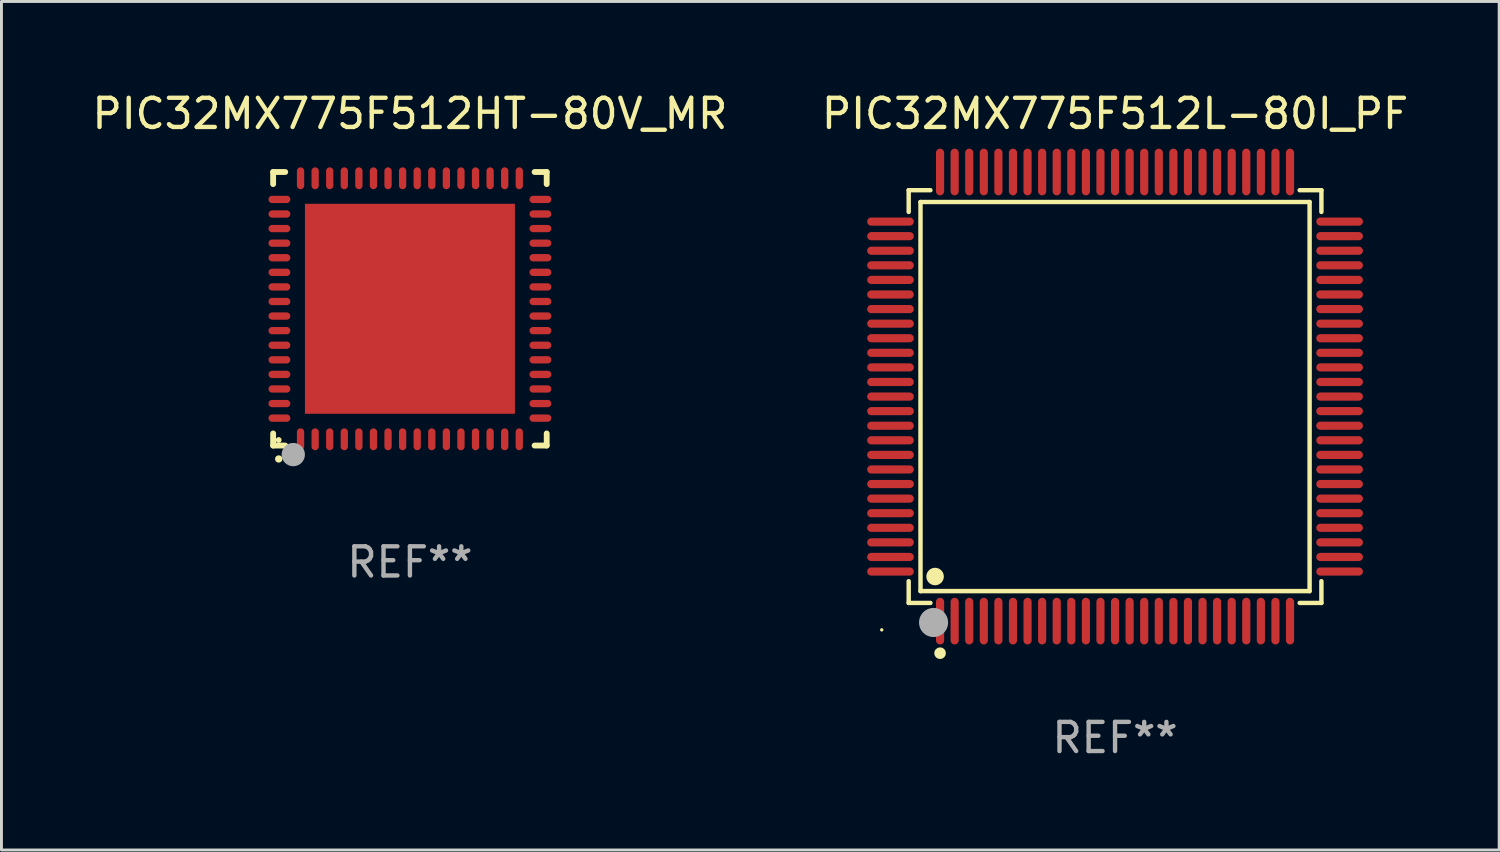
<source format=kicad_pcb>
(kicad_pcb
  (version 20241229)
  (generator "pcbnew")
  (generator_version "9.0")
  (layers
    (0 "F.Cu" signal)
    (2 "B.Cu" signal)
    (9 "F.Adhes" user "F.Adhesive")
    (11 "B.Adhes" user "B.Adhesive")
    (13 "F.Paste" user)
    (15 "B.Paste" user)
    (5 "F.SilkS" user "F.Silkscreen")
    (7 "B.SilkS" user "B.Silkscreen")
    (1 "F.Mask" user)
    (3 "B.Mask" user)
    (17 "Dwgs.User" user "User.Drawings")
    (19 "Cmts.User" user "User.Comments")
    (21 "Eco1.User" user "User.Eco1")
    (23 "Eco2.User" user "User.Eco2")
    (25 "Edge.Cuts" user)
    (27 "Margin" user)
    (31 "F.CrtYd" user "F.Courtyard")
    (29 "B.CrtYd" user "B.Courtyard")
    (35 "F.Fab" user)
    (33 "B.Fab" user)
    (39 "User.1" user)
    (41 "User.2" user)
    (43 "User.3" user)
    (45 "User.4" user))
  (footprint "PIC32MX775F512HT-80V_MR"
    (layer "F.Cu")
    (at 11.006 7.538)
    (property "Reference" "PIC32MX775F512HT-80V_MR" (at 0 -6.69 0) (layer "F.SilkS") (effects (font (size 1 1) (thickness 0.15))))
    (attr through_hole)
    (fp_line (start -4.69 -4.69) (end -4.275 -4.69) (stroke (width 0.2) (type solid)) (layer "F.SilkS"))
    (fp_line (start -4.69 -4.275) (end -4.69 -4.69) (stroke (width 0.2) (type solid)) (layer "F.SilkS"))
    (fp_line (start -4.69 4.69) (end -4.69 4.275) (stroke (width 0.2) (type solid)) (layer "F.SilkS"))
    (fp_line (start -4.275 4.69) (end -4.69 4.69) (stroke (width 0.2) (type solid)) (layer "F.SilkS"))
    (fp_line (start 4.275 4.69) (end 4.69 4.69) (stroke (width 0.2) (type solid)) (layer "F.SilkS"))
    (fp_line (start 4.69 -4.69) (end 4.275 -4.69) (stroke (width 0.2) (type solid)) (layer "F.SilkS"))
    (fp_line (start 4.69 -4.275) (end 4.69 -4.69) (stroke (width 0.2) (type solid)) (layer "F.SilkS"))
    (fp_line (start 4.69 4.69) (end 4.69 4.275) (stroke (width 0.2) (type solid)) (layer "F.SilkS"))
    (fp_arc (start -4.499886 5.15) (mid -4.498616 5.149994) (end -4.497346 5.15) (stroke (width 0.24892) (type solid)) (layer "F.SilkS"))
    (fp_circle (center -4.5 4.5) (end -4.45 4.5) (stroke (width 0.1) (type solid)) (fill no) (layer "F.SilkS"))
    (fp_circle (center -4 5) (end -3.8 5) (stroke (width 0.4) (type solid)) (fill no) (layer "F.Fab"))
    (fp_text user "REF**" (at 0 8.69 0) (layer "F.Fab") (effects (font (size 1 1) (thickness 0.15))))
    (pad "1" smd oval (at -3.75 4.475) (size 0.25 0.75) (layers "F.Cu" "F.Mask" "F.Paste"))
    (pad "2" smd oval (at -3.25 4.475) (size 0.25 0.75) (layers "F.Cu" "F.Mask" "F.Paste"))
    (pad "3" smd oval (at -2.75 4.475) (size 0.25 0.75) (layers "F.Cu" "F.Mask" "F.Paste"))
    (pad "4" smd oval (at -2.25 4.475) (size 0.25 0.75) (layers "F.Cu" "F.Mask" "F.Paste"))
    (pad "5" smd oval (at -1.75 4.475) (size 0.25 0.75) (layers "F.Cu" "F.Mask" "F.Paste"))
    (pad "6" smd oval (at -1.25 4.475) (size 0.25 0.75) (layers "F.Cu" "F.Mask" "F.Paste"))
    (pad "7" smd oval (at -0.75 4.475) (size 0.25 0.75) (layers "F.Cu" "F.Mask" "F.Paste"))
    (pad "8" smd oval (at -0.25 4.475) (size 0.25 0.75) (layers "F.Cu" "F.Mask" "F.Paste"))
    (pad "9" smd oval (at 0.25 4.475) (size 0.25 0.75) (layers "F.Cu" "F.Mask" "F.Paste"))
    (pad "10" smd oval (at 0.75 4.475) (size 0.25 0.75) (layers "F.Cu" "F.Mask" "F.Paste"))
    (pad "11" smd oval (at 1.25 4.475) (size 0.25 0.75) (layers "F.Cu" "F.Mask" "F.Paste"))
    (pad "12" smd oval (at 1.75 4.475) (size 0.25 0.75) (layers "F.Cu" "F.Mask" "F.Paste"))
    (pad "13" smd oval (at 2.25 4.475) (size 0.25 0.75) (layers "F.Cu" "F.Mask" "F.Paste"))
    (pad "14" smd oval (at 2.75 4.475) (size 0.25 0.75) (layers "F.Cu" "F.Mask" "F.Paste"))
    (pad "15" smd oval (at 3.25 4.475) (size 0.25 0.75) (layers "F.Cu" "F.Mask" "F.Paste"))
    (pad "16" smd oval (at 3.75 4.475) (size 0.25 0.75) (layers "F.Cu" "F.Mask" "F.Paste"))
    (pad "17" smd oval (at 4.475 3.75) (size 0.75 0.25) (layers "F.Cu" "F.Mask" "F.Paste"))
    (pad "18" smd oval (at 4.475 3.25) (size 0.75 0.25) (layers "F.Cu" "F.Mask" "F.Paste"))
    (pad "19" smd oval (at 4.475 2.75) (size 0.75 0.25) (layers "F.Cu" "F.Mask" "F.Paste"))
    (pad "20" smd oval (at 4.475 2.25) (size 0.75 0.25) (layers "F.Cu" "F.Mask" "F.Paste"))
    (pad "21" smd oval (at 4.475 1.75) (size 0.75 0.25) (layers "F.Cu" "F.Mask" "F.Paste"))
    (pad "22" smd oval (at 4.475 1.25) (size 0.75 0.25) (layers "F.Cu" "F.Mask" "F.Paste"))
    (pad "23" smd oval (at 4.475 0.75) (size 0.75 0.25) (layers "F.Cu" "F.Mask" "F.Paste"))
    (pad "24" smd oval (at 4.475 0.25) (size 0.75 0.25) (layers "F.Cu" "F.Mask" "F.Paste"))
    (pad "25" smd oval (at 4.475 -0.25) (size 0.75 0.25) (layers "F.Cu" "F.Mask" "F.Paste"))
    (pad "26" smd oval (at 4.475 -0.75) (size 0.75 0.25) (layers "F.Cu" "F.Mask" "F.Paste"))
    (pad "27" smd oval (at 4.475 -1.25) (size 0.75 0.25) (layers "F.Cu" "F.Mask" "F.Paste"))
    (pad "28" smd oval (at 4.475 -1.75) (size 0.75 0.25) (layers "F.Cu" "F.Mask" "F.Paste"))
    (pad "29" smd oval (at 4.475 -2.25) (size 0.75 0.25) (layers "F.Cu" "F.Mask" "F.Paste"))
    (pad "30" smd oval (at 4.475 -2.75) (size 0.75 0.25) (layers "F.Cu" "F.Mask" "F.Paste"))
    (pad "31" smd oval (at 4.475 -3.25) (size 0.75 0.25) (layers "F.Cu" "F.Mask" "F.Paste"))
    (pad "32" smd oval (at 4.475 -3.75) (size 0.75 0.25) (layers "F.Cu" "F.Mask" "F.Paste"))
    (pad "33" smd oval (at 3.75 -4.475) (size 0.25 0.75) (layers "F.Cu" "F.Mask" "F.Paste"))
    (pad "34" smd oval (at 3.25 -4.475) (size 0.25 0.75) (layers "F.Cu" "F.Mask" "F.Paste"))
    (pad "35" smd oval (at 2.75 -4.475) (size 0.25 0.75) (layers "F.Cu" "F.Mask" "F.Paste"))
    (pad "36" smd oval (at 2.25 -4.475) (size 0.25 0.75) (layers "F.Cu" "F.Mask" "F.Paste"))
    (pad "37" smd oval (at 1.75 -4.475) (size 0.25 0.75) (layers "F.Cu" "F.Mask" "F.Paste"))
    (pad "38" smd oval (at 1.25 -4.475) (size 0.25 0.75) (layers "F.Cu" "F.Mask" "F.Paste"))
    (pad "39" smd oval (at 0.75 -4.475) (size 0.25 0.75) (layers "F.Cu" "F.Mask" "F.Paste"))
    (pad "40" smd oval (at 0.25 -4.475) (size 0.25 0.75) (layers "F.Cu" "F.Mask" "F.Paste"))
    (pad "41" smd oval (at -0.25 -4.475) (size 0.25 0.75) (layers "F.Cu" "F.Mask" "F.Paste"))
    (pad "42" smd oval (at -0.75 -4.475) (size 0.25 0.75) (layers "F.Cu" "F.Mask" "F.Paste"))
    (pad "43" smd oval (at -1.25 -4.475) (size 0.25 0.75) (layers "F.Cu" "F.Mask" "F.Paste"))
    (pad "44" smd oval (at -1.75 -4.475) (size 0.25 0.75) (layers "F.Cu" "F.Mask" "F.Paste"))
    (pad "45" smd oval (at -2.25 -4.475) (size 0.25 0.75) (layers "F.Cu" "F.Mask" "F.Paste"))
    (pad "46" smd oval (at -2.75 -4.475) (size 0.25 0.75) (layers "F.Cu" "F.Mask" "F.Paste"))
    (pad "47" smd oval (at -3.25 -4.475) (size 0.25 0.75) (layers "F.Cu" "F.Mask" "F.Paste"))
    (pad "48" smd oval (at -3.75 -4.475) (size 0.25 0.75) (layers "F.Cu" "F.Mask" "F.Paste"))
    (pad "49" smd oval (at -4.475 -3.75) (size 0.75 0.25) (layers "F.Cu" "F.Mask" "F.Paste"))
    (pad "50" smd oval (at -4.475 -3.25) (size 0.75 0.25) (layers "F.Cu" "F.Mask" "F.Paste"))
    (pad "51" smd oval (at -4.475 -2.75) (size 0.75 0.25) (layers "F.Cu" "F.Mask" "F.Paste"))
    (pad "52" smd oval (at -4.475 -2.25) (size 0.75 0.25) (layers "F.Cu" "F.Mask" "F.Paste"))
    (pad "53" smd oval (at -4.475 -1.75) (size 0.75 0.25) (layers "F.Cu" "F.Mask" "F.Paste"))
    (pad "54" smd oval (at -4.475 -1.25) (size 0.75 0.25) (layers "F.Cu" "F.Mask" "F.Paste"))
    (pad "55" smd oval (at -4.475 -0.75) (size 0.75 0.25) (layers "F.Cu" "F.Mask" "F.Paste"))
    (pad "56" smd oval (at -4.475 -0.25) (size 0.75 0.25) (layers "F.Cu" "F.Mask" "F.Paste"))
    (pad "57" smd oval (at -4.475 0.25) (size 0.75 0.25) (layers "F.Cu" "F.Mask" "F.Paste"))
    (pad "58" smd oval (at -4.475 0.75) (size 0.75 0.25) (layers "F.Cu" "F.Mask" "F.Paste"))
    (pad "59" smd oval (at -4.475 1.25) (size 0.75 0.25) (layers "F.Cu" "F.Mask" "F.Paste"))
    (pad "60" smd oval (at -4.475 1.75) (size 0.75 0.25) (layers "F.Cu" "F.Mask" "F.Paste"))
    (pad "61" smd oval (at -4.475 2.25) (size 0.75 0.25) (layers "F.Cu" "F.Mask" "F.Paste"))
    (pad "62" smd oval (at -4.475 2.75) (size 0.75 0.25) (layers "F.Cu" "F.Mask" "F.Paste"))
    (pad "63" smd oval (at -4.475 3.25) (size 0.75 0.25) (layers "F.Cu" "F.Mask" "F.Paste"))
    (pad "64" smd oval (at -4.475 3.75) (size 0.75 0.25) (layers "F.Cu" "F.Mask" "F.Paste"))
    (pad "65" smd rect (at 0.000368 0.000013) (size 7.2 7.2) (layers "F.Cu" "F.Mask" "F.Paste")))
  (footprint "PIC32MX775F512L-80I_PF"
    (layer "F.Cu")
    (at 35.185 10.548)
    (property "Reference" "PIC32MX775F512L-80I_PF" (at 0 -9.7 0) (layer "F.SilkS") (effects (font (size 1 1) (thickness 0.15))))
    (attr through_hole)
    (fp_line (start -7.076 -7.076) (end -6.331 -7.076) (stroke (width 0.152) (type solid)) (layer "F.SilkS"))
    (fp_line (start -7.076 -6.331) (end -7.076 -7.076) (stroke (width 0.152) (type solid)) (layer "F.SilkS"))
    (fp_line (start -7.076 6.331) (end -7.076 7.076) (stroke (width 0.152) (type solid)) (layer "F.SilkS"))
    (fp_line (start -7.076 7.076) (end -6.331 7.076) (stroke (width 0.152) (type solid)) (layer "F.SilkS"))
    (fp_line (start -6.671 -6.671) (end 6.671 -6.671) (stroke (width 0.152) (type solid)) (layer "F.SilkS"))
    (fp_line (start -6.671 6.671) (end -6.671 -6.671) (stroke (width 0.152) (type solid)) (layer "F.SilkS"))
    (fp_line (start 6.671 -6.671) (end 6.671 6.671) (stroke (width 0.152) (type solid)) (layer "F.SilkS"))
    (fp_line (start 6.671 6.671) (end -6.671 6.671) (stroke (width 0.152) (type solid)) (layer "F.SilkS"))
    (fp_line (start 7.076 -7.076) (end 6.331 -7.076) (stroke (width 0.152) (type solid)) (layer "F.SilkS"))
    (fp_line (start 7.076 -6.331) (end 7.076 -7.076) (stroke (width 0.152) (type solid)) (layer "F.SilkS"))
    (fp_line (start 7.076 6.331) (end 7.076 7.076) (stroke (width 0.152) (type solid)) (layer "F.SilkS"))
    (fp_line (start 7.076 7.076) (end 6.331 7.076) (stroke (width 0.152) (type solid)) (layer "F.SilkS"))
    (fp_circle (center -8 8) (end -7.97 8) (stroke (width 0.06) (type solid)) (fill no) (layer "F.SilkS"))
    (fp_circle (center -6.171 6.171) (end -6.021 6.171) (stroke (width 0.3) (type solid)) (fill no) (layer "F.SilkS"))
    (fp_circle (center -6 8.8) (end -5.9 8.8) (stroke (width 0.2) (type solid)) (fill no) (layer "F.SilkS"))
    (fp_circle (center -6.223 7.747) (end -5.973 7.747) (stroke (width 0.5) (type solid)) (fill no) (layer "F.Fab"))
    (fp_text user "REF**" (at 0 11.7 0) (layer "F.Fab") (effects (font (size 1 1) (thickness 0.15))))
    (pad "1" smd oval (at -6 7.7) (size 0.28 1.6) (layers "F.Cu" "F.Mask" "F.Paste"))
    (pad "2" smd oval (at -5.5 7.7) (size 0.28 1.6) (layers "F.Cu" "F.Mask" "F.Paste"))
    (pad "3" smd oval (at -5 7.7) (size 0.28 1.6) (layers "F.Cu" "F.Mask" "F.Paste"))
    (pad "4" smd oval (at -4.5 7.7) (size 0.28 1.6) (layers "F.Cu" "F.Mask" "F.Paste"))
    (pad "5" smd oval (at -4 7.7) (size 0.28 1.6) (layers "F.Cu" "F.Mask" "F.Paste"))
    (pad "6" smd oval (at -3.5 7.7) (size 0.28 1.6) (layers "F.Cu" "F.Mask" "F.Paste"))
    (pad "7" smd oval (at -3 7.7) (size 0.28 1.6) (layers "F.Cu" "F.Mask" "F.Paste"))
    (pad "8" smd oval (at -2.5 7.7) (size 0.28 1.6) (layers "F.Cu" "F.Mask" "F.Paste"))
    (pad "9" smd oval (at -2 7.7) (size 0.28 1.6) (layers "F.Cu" "F.Mask" "F.Paste"))
    (pad "10" smd oval (at -1.5 7.7) (size 0.28 1.6) (layers "F.Cu" "F.Mask" "F.Paste"))
    (pad "11" smd oval (at -1 7.7) (size 0.28 1.6) (layers "F.Cu" "F.Mask" "F.Paste"))
    (pad "12" smd oval (at -0.5 7.7) (size 0.28 1.6) (layers "F.Cu" "F.Mask" "F.Paste"))
    (pad "13" smd oval (at 0 7.7) (size 0.28 1.6) (layers "F.Cu" "F.Mask" "F.Paste"))
    (pad "14" smd oval (at 0.5 7.7) (size 0.28 1.6) (layers "F.Cu" "F.Mask" "F.Paste"))
    (pad "15" smd oval (at 1 7.7) (size 0.28 1.6) (layers "F.Cu" "F.Mask" "F.Paste"))
    (pad "16" smd oval (at 1.5 7.7) (size 0.28 1.6) (layers "F.Cu" "F.Mask" "F.Paste"))
    (pad "17" smd oval (at 2 7.7) (size 0.28 1.6) (layers "F.Cu" "F.Mask" "F.Paste"))
    (pad "18" smd oval (at 2.5 7.7) (size 0.28 1.6) (layers "F.Cu" "F.Mask" "F.Paste"))
    (pad "19" smd oval (at 3 7.7) (size 0.28 1.6) (layers "F.Cu" "F.Mask" "F.Paste"))
    (pad "20" smd oval (at 3.5 7.7) (size 0.28 1.6) (layers "F.Cu" "F.Mask" "F.Paste"))
    (pad "21" smd oval (at 4 7.7) (size 0.28 1.6) (layers "F.Cu" "F.Mask" "F.Paste"))
    (pad "22" smd oval (at 4.5 7.7) (size 0.28 1.6) (layers "F.Cu" "F.Mask" "F.Paste"))
    (pad "23" smd oval (at 5 7.7) (size 0.28 1.6) (layers "F.Cu" "F.Mask" "F.Paste"))
    (pad "24" smd oval (at 5.5 7.7) (size 0.28 1.6) (layers "F.Cu" "F.Mask" "F.Paste"))
    (pad "25" smd oval (at 6 7.7) (size 0.28 1.6) (layers "F.Cu" "F.Mask" "F.Paste"))
    (pad "26" smd oval (at 7.7 6) (size 1.6 0.28) (layers "F.Cu" "F.Mask" "F.Paste"))
    (pad "27" smd oval (at 7.7 5.5) (size 1.6 0.28) (layers "F.Cu" "F.Mask" "F.Paste"))
    (pad "28" smd oval (at 7.7 5) (size 1.6 0.28) (layers "F.Cu" "F.Mask" "F.Paste"))
    (pad "29" smd oval (at 7.7 4.5) (size 1.6 0.28) (layers "F.Cu" "F.Mask" "F.Paste"))
    (pad "30" smd oval (at 7.7 4) (size 1.6 0.28) (layers "F.Cu" "F.Mask" "F.Paste"))
    (pad "31" smd oval (at 7.7 3.5) (size 1.6 0.28) (layers "F.Cu" "F.Mask" "F.Paste"))
    (pad "32" smd oval (at 7.7 3) (size 1.6 0.28) (layers "F.Cu" "F.Mask" "F.Paste"))
    (pad "33" smd oval (at 7.7 2.5) (size 1.6 0.28) (layers "F.Cu" "F.Mask" "F.Paste"))
    (pad "34" smd oval (at 7.7 2) (size 1.6 0.28) (layers "F.Cu" "F.Mask" "F.Paste"))
    (pad "35" smd oval (at 7.7 1.5) (size 1.6 0.28) (layers "F.Cu" "F.Mask" "F.Paste"))
    (pad "36" smd oval (at 7.7 1) (size 1.6 0.28) (layers "F.Cu" "F.Mask" "F.Paste"))
    (pad "37" smd oval (at 7.7 0.5) (size 1.6 0.28) (layers "F.Cu" "F.Mask" "F.Paste"))
    (pad "38" smd oval (at 7.7 0) (size 1.6 0.28) (layers "F.Cu" "F.Mask" "F.Paste"))
    (pad "39" smd oval (at 7.7 -0.5) (size 1.6 0.28) (layers "F.Cu" "F.Mask" "F.Paste"))
    (pad "40" smd oval (at 7.7 -1) (size 1.6 0.28) (layers "F.Cu" "F.Mask" "F.Paste"))
    (pad "41" smd oval (at 7.7 -1.5) (size 1.6 0.28) (layers "F.Cu" "F.Mask" "F.Paste"))
    (pad "42" smd oval (at 7.7 -2) (size 1.6 0.28) (layers "F.Cu" "F.Mask" "F.Paste"))
    (pad "43" smd oval (at 7.7 -2.5) (size 1.6 0.28) (layers "F.Cu" "F.Mask" "F.Paste"))
    (pad "44" smd oval (at 7.7 -3) (size 1.6 0.28) (layers "F.Cu" "F.Mask" "F.Paste"))
    (pad "45" smd oval (at 7.7 -3.5) (size 1.6 0.28) (layers "F.Cu" "F.Mask" "F.Paste"))
    (pad "46" smd oval (at 7.7 -4) (size 1.6 0.28) (layers "F.Cu" "F.Mask" "F.Paste"))
    (pad "47" smd oval (at 7.7 -4.5) (size 1.6 0.28) (layers "F.Cu" "F.Mask" "F.Paste"))
    (pad "48" smd oval (at 7.7 -5) (size 1.6 0.28) (layers "F.Cu" "F.Mask" "F.Paste"))
    (pad "49" smd oval (at 7.7 -5.5) (size 1.6 0.28) (layers "F.Cu" "F.Mask" "F.Paste"))
    (pad "50" smd oval (at 7.7 -6) (size 1.6 0.28) (layers "F.Cu" "F.Mask" "F.Paste"))
    (pad "51" smd oval (at 6 -7.7) (size 0.28 1.6) (layers "F.Cu" "F.Mask" "F.Paste"))
    (pad "52" smd oval (at 5.5 -7.7) (size 0.28 1.6) (layers "F.Cu" "F.Mask" "F.Paste"))
    (pad "53" smd oval (at 5 -7.7) (size 0.28 1.6) (layers "F.Cu" "F.Mask" "F.Paste"))
    (pad "54" smd oval (at 4.5 -7.7) (size 0.28 1.6) (layers "F.Cu" "F.Mask" "F.Paste"))
    (pad "55" smd oval (at 4 -7.7) (size 0.28 1.6) (layers "F.Cu" "F.Mask" "F.Paste"))
    (pad "56" smd oval (at 3.5 -7.7) (size 0.28 1.6) (layers "F.Cu" "F.Mask" "F.Paste"))
    (pad "57" smd oval (at 3 -7.7) (size 0.28 1.6) (layers "F.Cu" "F.Mask" "F.Paste"))
    (pad "58" smd oval (at 2.5 -7.7) (size 0.28 1.6) (layers "F.Cu" "F.Mask" "F.Paste"))
    (pad "59" smd oval (at 2 -7.7) (size 0.28 1.6) (layers "F.Cu" "F.Mask" "F.Paste"))
    (pad "60" smd oval (at 1.5 -7.7) (size 0.28 1.6) (layers "F.Cu" "F.Mask" "F.Paste"))
    (pad "61" smd oval (at 1 -7.7) (size 0.28 1.6) (layers "F.Cu" "F.Mask" "F.Paste"))
    (pad "62" smd oval (at 0.5 -7.7) (size 0.28 1.6) (layers "F.Cu" "F.Mask" "F.Paste"))
    (pad "63" smd oval (at 0 -7.7) (size 0.28 1.6) (layers "F.Cu" "F.Mask" "F.Paste"))
    (pad "64" smd oval (at -0.5 -7.7) (size 0.28 1.6) (layers "F.Cu" "F.Mask" "F.Paste"))
    (pad "65" smd oval (at -1 -7.7) (size 0.28 1.6) (layers "F.Cu" "F.Mask" "F.Paste"))
    (pad "66" smd oval (at -1.5 -7.7) (size 0.28 1.6) (layers "F.Cu" "F.Mask" "F.Paste"))
    (pad "67" smd oval (at -2 -7.7) (size 0.28 1.6) (layers "F.Cu" "F.Mask" "F.Paste"))
    (pad "68" smd oval (at -2.5 -7.7) (size 0.28 1.6) (layers "F.Cu" "F.Mask" "F.Paste"))
    (pad "69" smd oval (at -3 -7.7) (size 0.28 1.6) (layers "F.Cu" "F.Mask" "F.Paste"))
    (pad "70" smd oval (at -3.5 -7.7) (size 0.28 1.6) (layers "F.Cu" "F.Mask" "F.Paste"))
    (pad "71" smd oval (at -4 -7.7) (size 0.28 1.6) (layers "F.Cu" "F.Mask" "F.Paste"))
    (pad "72" smd oval (at -4.5 -7.7) (size 0.28 1.6) (layers "F.Cu" "F.Mask" "F.Paste"))
    (pad "73" smd oval (at -5 -7.7) (size 0.28 1.6) (layers "F.Cu" "F.Mask" "F.Paste"))
    (pad "74" smd oval (at -5.5 -7.7) (size 0.28 1.6) (layers "F.Cu" "F.Mask" "F.Paste"))
    (pad "75" smd oval (at -6 -7.7) (size 0.28 1.6) (layers "F.Cu" "F.Mask" "F.Paste"))
    (pad "76" smd oval (at -7.7 -6) (size 1.6 0.28) (layers "F.Cu" "F.Mask" "F.Paste"))
    (pad "77" smd oval (at -7.7 -5.5) (size 1.6 0.28) (layers "F.Cu" "F.Mask" "F.Paste"))
    (pad "78" smd oval (at -7.7 -5) (size 1.6 0.28) (layers "F.Cu" "F.Mask" "F.Paste"))
    (pad "79" smd oval (at -7.7 -4.5) (size 1.6 0.28) (layers "F.Cu" "F.Mask" "F.Paste"))
    (pad "80" smd oval (at -7.7 -4) (size 1.6 0.28) (layers "F.Cu" "F.Mask" "F.Paste"))
    (pad "81" smd oval (at -7.7 -3.5) (size 1.6 0.28) (layers "F.Cu" "F.Mask" "F.Paste"))
    (pad "82" smd oval (at -7.7 -3) (size 1.6 0.28) (layers "F.Cu" "F.Mask" "F.Paste"))
    (pad "83" smd oval (at -7.7 -2.5) (size 1.6 0.28) (layers "F.Cu" "F.Mask" "F.Paste"))
    (pad "84" smd oval (at -7.7 -2) (size 1.6 0.28) (layers "F.Cu" "F.Mask" "F.Paste"))
    (pad "85" smd oval (at -7.7 -1.5) (size 1.6 0.28) (layers "F.Cu" "F.Mask" "F.Paste"))
    (pad "86" smd oval (at -7.7 -1) (size 1.6 0.28) (layers "F.Cu" "F.Mask" "F.Paste"))
    (pad "87" smd oval (at -7.7 -0.5) (size 1.6 0.28) (layers "F.Cu" "F.Mask" "F.Paste"))
    (pad "88" smd oval (at -7.7 0) (size 1.6 0.28) (layers "F.Cu" "F.Mask" "F.Paste"))
    (pad "89" smd oval (at -7.7 0.5) (size 1.6 0.28) (layers "F.Cu" "F.Mask" "F.Paste"))
    (pad "90" smd oval (at -7.7 1) (size 1.6 0.28) (layers "F.Cu" "F.Mask" "F.Paste"))
    (pad "91" smd oval (at -7.7 1.5) (size 1.6 0.28) (layers "F.Cu" "F.Mask" "F.Paste"))
    (pad "92" smd oval (at -7.7 2) (size 1.6 0.28) (layers "F.Cu" "F.Mask" "F.Paste"))
    (pad "93" smd oval (at -7.7 2.5) (size 1.6 0.28) (layers "F.Cu" "F.Mask" "F.Paste"))
    (pad "94" smd oval (at -7.7 3) (size 1.6 0.28) (layers "F.Cu" "F.Mask" "F.Paste"))
    (pad "95" smd oval (at -7.7 3.5) (size 1.6 0.28) (layers "F.Cu" "F.Mask" "F.Paste"))
    (pad "96" smd oval (at -7.7 4) (size 1.6 0.28) (layers "F.Cu" "F.Mask" "F.Paste"))
    (pad "97" smd oval (at -7.7 4.5) (size 1.6 0.28) (layers "F.Cu" "F.Mask" "F.Paste"))
    (pad "98" smd oval (at -7.7 5) (size 1.6 0.28) (layers "F.Cu" "F.Mask" "F.Paste"))
    (pad "99" smd oval (at -7.7 5.5) (size 1.6 0.28) (layers "F.Cu" "F.Mask" "F.Paste"))
    (pad "100" smd oval (at -7.7 6) (size 1.6 0.28) (layers "F.Cu" "F.Mask" "F.Paste")))
  (gr_rect
    (start -3 -3)
    (end 48.357 26.097)
    (stroke (width 0.1) (type default))
    (fill no)
    (layer "Edge.Cuts")))
</source>
